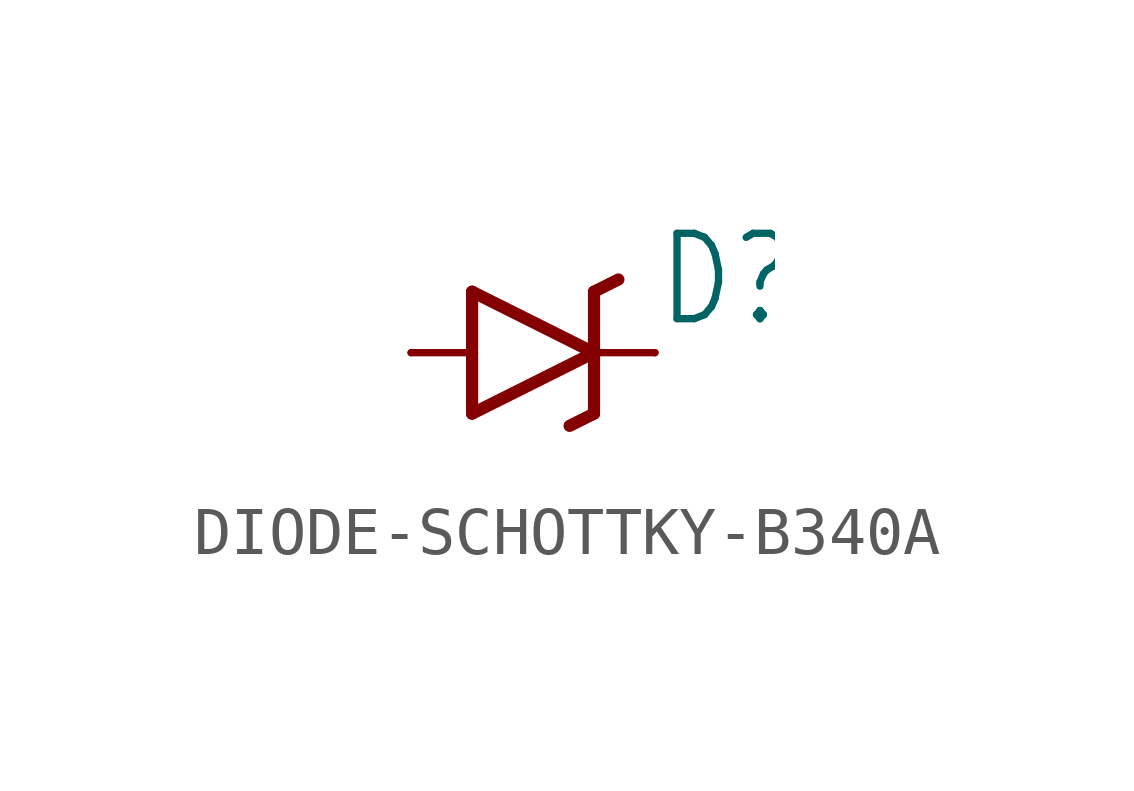
<source format=kicad_sym>
(kicad_symbol_lib
  (version 20231120)
  (generator "kicad_symbol_editor")
  (generator_version "8.0")
  (symbol "DIODE-SCHOTTKY-B340A"
    (property "Reference" "D"
      (at 2.54 0.483 0)
      (effects (font (size 1.778 1.511)) (justify left bottom)))
    (property "Value" ""
      (at 2.54 -2.311 0)
      (effects (font (size 1.778 1.511)) (justify left bottom)))
    (property "ki_locked" ""
      (at 0 0 0)
      (effects (font (size 1.27 1.27))))
    (symbol "DIODE-SCHOTTKY-B340A_1_0"
      (polyline (pts (xy -2.54 0) (xy -1.27 0)) (stroke (width 0.152) (type solid)) (fill (type none)))
      (polyline (pts (xy -1.27 -1.27) (xy 1.27 0)) (stroke (width 0.254) (type solid)) (fill (type none)))
      (polyline (pts (xy -1.27 0) (xy -1.27 -1.27)) (stroke (width 0.254) (type solid)) (fill (type none)))
      (polyline (pts (xy -1.27 1.27) (xy -1.27 0)) (stroke (width 0.254) (type solid)) (fill (type none)))
      (polyline (pts (xy 1.27 -1.27) (xy 0.762 -1.524)) (stroke (width 0.254) (type solid)) (fill (type none)))
      (polyline (pts (xy 1.27 0) (xy -1.27 1.27)) (stroke (width 0.254) (type solid)) (fill (type none)))
      (polyline (pts (xy 1.27 0) (xy 1.27 -1.27)) (stroke (width 0.254) (type solid)) (fill (type none)))
      (polyline (pts (xy 1.27 1.27) (xy 1.27 0)) (stroke (width 0.254) (type solid)) (fill (type none)))
      (polyline (pts (xy 1.27 1.27) (xy 1.778 1.524)) (stroke (width 0.254) (type solid)) (fill (type none)))
      (polyline (pts (xy 2.54 0) (xy 1.27 0)) (stroke (width 0.152) (type solid)) (fill (type none)))
      (pin passive line (at -2.54 0 0) (length 0) (name "A" (effects (font (size 0 0)))) (number "A" (effects (font (size 0 0)))))
      (pin passive line (at 2.54 0 180) (length 0) (name "C" (effects (font (size 0 0)))) (number "C" (effects (font (size 0 0))))))))
</source>
